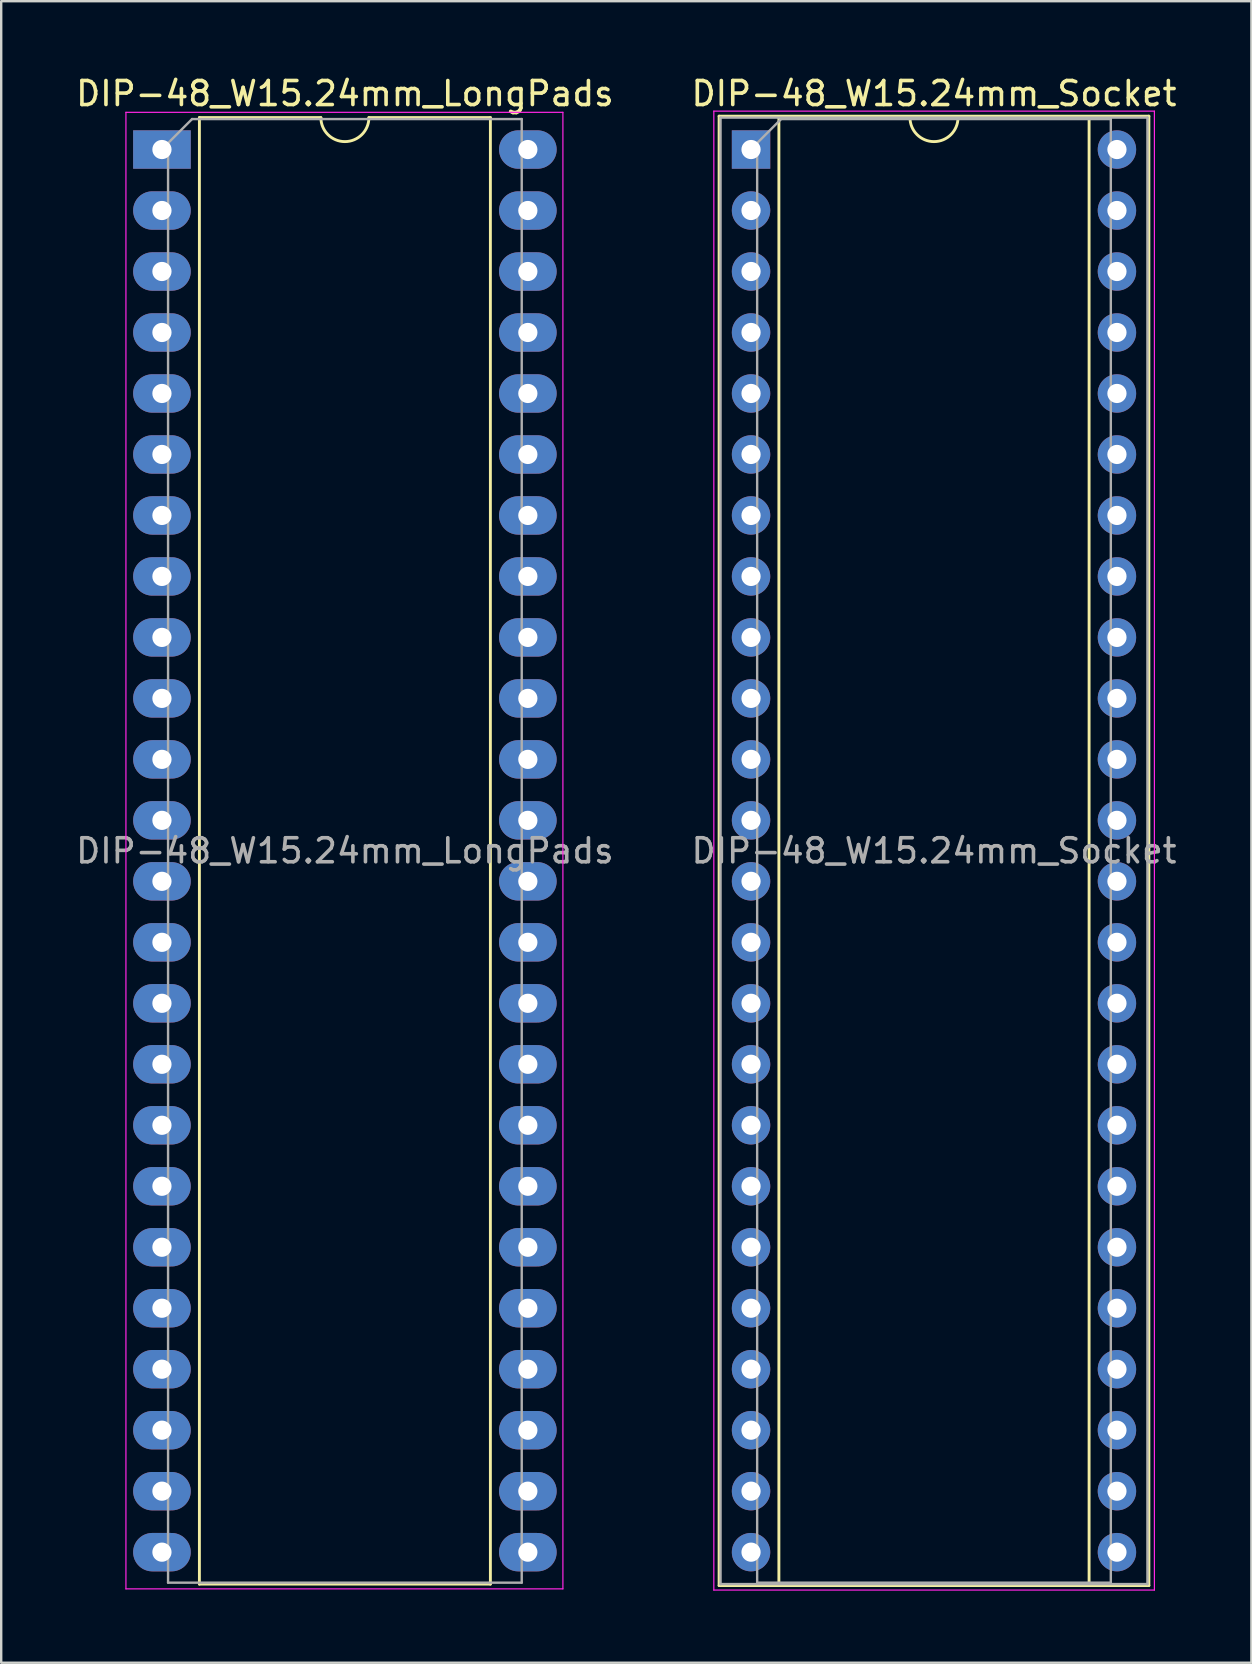
<source format=kicad_pcb>
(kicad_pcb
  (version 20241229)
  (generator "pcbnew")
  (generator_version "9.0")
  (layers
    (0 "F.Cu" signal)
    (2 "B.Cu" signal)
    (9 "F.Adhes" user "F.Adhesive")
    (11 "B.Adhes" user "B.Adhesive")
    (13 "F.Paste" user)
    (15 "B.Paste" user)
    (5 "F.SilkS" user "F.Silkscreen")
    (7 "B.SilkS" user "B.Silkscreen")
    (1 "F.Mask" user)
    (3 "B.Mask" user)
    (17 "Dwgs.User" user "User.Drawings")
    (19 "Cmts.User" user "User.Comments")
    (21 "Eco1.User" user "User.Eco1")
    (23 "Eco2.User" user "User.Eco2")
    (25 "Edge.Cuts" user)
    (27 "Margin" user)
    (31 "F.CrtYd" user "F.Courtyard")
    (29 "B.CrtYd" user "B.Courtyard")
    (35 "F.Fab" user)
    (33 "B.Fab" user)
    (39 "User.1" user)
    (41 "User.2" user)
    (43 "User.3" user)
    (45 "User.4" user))
  (footprint "DIP-48_W15.24mm_LongPads"
    (layer "F.Cu")
    (at 3.695 3.178)
    (property "Reference" "DIP-48_W15.24mm_LongPads" (at 7.62 -2.33 0) (layer "F.SilkS") (effects (font (size 1 1) (thickness 0.15))))
    (attr through_hole)
    (fp_line (start 1.56 -1.33) (end 1.56 59.75) (stroke (width 0.12) (type solid)) (layer "F.SilkS"))
    (fp_line (start 1.56 59.75) (end 13.68 59.75) (stroke (width 0.12) (type solid)) (layer "F.SilkS"))
    (fp_line (start 6.62 -1.33) (end 1.56 -1.33) (stroke (width 0.12) (type solid)) (layer "F.SilkS"))
    (fp_line (start 13.68 -1.33) (end 8.62 -1.33) (stroke (width 0.12) (type solid)) (layer "F.SilkS"))
    (fp_line (start 13.68 59.75) (end 13.68 -1.33) (stroke (width 0.12) (type solid)) (layer "F.SilkS"))
    (fp_arc (start 8.62 -1.33) (mid 7.62 -0.33) (end 6.62 -1.33) (stroke (width 0.12) (type solid)) (layer "F.SilkS"))
    (fp_line (start -1.5 -1.55) (end -1.5 59.95) (stroke (width 0.05) (type solid)) (layer "F.CrtYd"))
    (fp_line (start -1.5 59.95) (end 16.7 59.95) (stroke (width 0.05) (type solid)) (layer "F.CrtYd"))
    (fp_line (start 16.7 -1.55) (end -1.5 -1.55) (stroke (width 0.05) (type solid)) (layer "F.CrtYd"))
    (fp_line (start 16.7 59.95) (end 16.7 -1.55) (stroke (width 0.05) (type solid)) (layer "F.CrtYd"))
    (fp_line (start 0.255 -0.27) (end 1.255 -1.27) (stroke (width 0.1) (type solid)) (layer "F.Fab"))
    (fp_line (start 0.255 59.69) (end 0.255 -0.27) (stroke (width 0.1) (type solid)) (layer "F.Fab"))
    (fp_line (start 1.255 -1.27) (end 14.985 -1.27) (stroke (width 0.1) (type solid)) (layer "F.Fab"))
    (fp_line (start 14.985 -1.27) (end 14.985 59.69) (stroke (width 0.1) (type solid)) (layer "F.Fab"))
    (fp_line (start 14.985 59.69) (end 0.255 59.69) (stroke (width 0.1) (type solid)) (layer "F.Fab"))
    (fp_text user "${REFERENCE}" (at 7.62 29.21 0) (layer "F.Fab") (effects (font (size 1 1) (thickness 0.15))))
    (pad "1" thru_hole rect (at 0 0) (size 2.4 1.6) (drill 0.8) (layers "*.Cu" "*.Mask"))
    (pad "2" thru_hole oval (at 0 2.54) (size 2.4 1.6) (drill 0.8) (layers "*.Cu" "*.Mask"))
    (pad "3" thru_hole oval (at 0 5.08) (size 2.4 1.6) (drill 0.8) (layers "*.Cu" "*.Mask"))
    (pad "4" thru_hole oval (at 0 7.62) (size 2.4 1.6) (drill 0.8) (layers "*.Cu" "*.Mask"))
    (pad "5" thru_hole oval (at 0 10.16) (size 2.4 1.6) (drill 0.8) (layers "*.Cu" "*.Mask"))
    (pad "6" thru_hole oval (at 0 12.7) (size 2.4 1.6) (drill 0.8) (layers "*.Cu" "*.Mask"))
    (pad "7" thru_hole oval (at 0 15.24) (size 2.4 1.6) (drill 0.8) (layers "*.Cu" "*.Mask"))
    (pad "8" thru_hole oval (at 0 17.78) (size 2.4 1.6) (drill 0.8) (layers "*.Cu" "*.Mask"))
    (pad "9" thru_hole oval (at 0 20.32) (size 2.4 1.6) (drill 0.8) (layers "*.Cu" "*.Mask"))
    (pad "10" thru_hole oval (at 0 22.86) (size 2.4 1.6) (drill 0.8) (layers "*.Cu" "*.Mask"))
    (pad "11" thru_hole oval (at 0 25.4) (size 2.4 1.6) (drill 0.8) (layers "*.Cu" "*.Mask"))
    (pad "12" thru_hole oval (at 0 27.94) (size 2.4 1.6) (drill 0.8) (layers "*.Cu" "*.Mask"))
    (pad "13" thru_hole oval (at 0 30.48) (size 2.4 1.6) (drill 0.8) (layers "*.Cu" "*.Mask"))
    (pad "14" thru_hole oval (at 0 33.02) (size 2.4 1.6) (drill 0.8) (layers "*.Cu" "*.Mask"))
    (pad "15" thru_hole oval (at 0 35.56) (size 2.4 1.6) (drill 0.8) (layers "*.Cu" "*.Mask"))
    (pad "16" thru_hole oval (at 0 38.1) (size 2.4 1.6) (drill 0.8) (layers "*.Cu" "*.Mask"))
    (pad "17" thru_hole oval (at 0 40.64) (size 2.4 1.6) (drill 0.8) (layers "*.Cu" "*.Mask"))
    (pad "18" thru_hole oval (at 0 43.18) (size 2.4 1.6) (drill 0.8) (layers "*.Cu" "*.Mask"))
    (pad "19" thru_hole oval (at 0 45.72) (size 2.4 1.6) (drill 0.8) (layers "*.Cu" "*.Mask"))
    (pad "20" thru_hole oval (at 0 48.26) (size 2.4 1.6) (drill 0.8) (layers "*.Cu" "*.Mask"))
    (pad "21" thru_hole oval (at 0 50.8) (size 2.4 1.6) (drill 0.8) (layers "*.Cu" "*.Mask"))
    (pad "22" thru_hole oval (at 0 53.34) (size 2.4 1.6) (drill 0.8) (layers "*.Cu" "*.Mask"))
    (pad "23" thru_hole oval (at 0 55.88) (size 2.4 1.6) (drill 0.8) (layers "*.Cu" "*.Mask"))
    (pad "24" thru_hole oval (at 0 58.42) (size 2.4 1.6) (drill 0.8) (layers "*.Cu" "*.Mask"))
    (pad "25" thru_hole oval (at 15.24 58.42) (size 2.4 1.6) (drill 0.8) (layers "*.Cu" "*.Mask"))
    (pad "26" thru_hole oval (at 15.24 55.88) (size 2.4 1.6) (drill 0.8) (layers "*.Cu" "*.Mask"))
    (pad "27" thru_hole oval (at 15.24 53.34) (size 2.4 1.6) (drill 0.8) (layers "*.Cu" "*.Mask"))
    (pad "28" thru_hole oval (at 15.24 50.8) (size 2.4 1.6) (drill 0.8) (layers "*.Cu" "*.Mask"))
    (pad "29" thru_hole oval (at 15.24 48.26) (size 2.4 1.6) (drill 0.8) (layers "*.Cu" "*.Mask"))
    (pad "30" thru_hole oval (at 15.24 45.72) (size 2.4 1.6) (drill 0.8) (layers "*.Cu" "*.Mask"))
    (pad "31" thru_hole oval (at 15.24 43.18) (size 2.4 1.6) (drill 0.8) (layers "*.Cu" "*.Mask"))
    (pad "32" thru_hole oval (at 15.24 40.64) (size 2.4 1.6) (drill 0.8) (layers "*.Cu" "*.Mask"))
    (pad "33" thru_hole oval (at 15.24 38.1) (size 2.4 1.6) (drill 0.8) (layers "*.Cu" "*.Mask"))
    (pad "34" thru_hole oval (at 15.24 35.56) (size 2.4 1.6) (drill 0.8) (layers "*.Cu" "*.Mask"))
    (pad "35" thru_hole oval (at 15.24 33.02) (size 2.4 1.6) (drill 0.8) (layers "*.Cu" "*.Mask"))
    (pad "36" thru_hole oval (at 15.24 30.48) (size 2.4 1.6) (drill 0.8) (layers "*.Cu" "*.Mask"))
    (pad "37" thru_hole oval (at 15.24 27.94) (size 2.4 1.6) (drill 0.8) (layers "*.Cu" "*.Mask"))
    (pad "38" thru_hole oval (at 15.24 25.4) (size 2.4 1.6) (drill 0.8) (layers "*.Cu" "*.Mask"))
    (pad "39" thru_hole oval (at 15.24 22.86) (size 2.4 1.6) (drill 0.8) (layers "*.Cu" "*.Mask"))
    (pad "40" thru_hole oval (at 15.24 20.32) (size 2.4 1.6) (drill 0.8) (layers "*.Cu" "*.Mask"))
    (pad "41" thru_hole oval (at 15.24 17.78) (size 2.4 1.6) (drill 0.8) (layers "*.Cu" "*.Mask"))
    (pad "42" thru_hole oval (at 15.24 15.24) (size 2.4 1.6) (drill 0.8) (layers "*.Cu" "*.Mask"))
    (pad "43" thru_hole oval (at 15.24 12.7) (size 2.4 1.6) (drill 0.8) (layers "*.Cu" "*.Mask"))
    (pad "44" thru_hole oval (at 15.24 10.16) (size 2.4 1.6) (drill 0.8) (layers "*.Cu" "*.Mask"))
    (pad "45" thru_hole oval (at 15.24 7.62) (size 2.4 1.6) (drill 0.8) (layers "*.Cu" "*.Mask"))
    (pad "46" thru_hole oval (at 15.24 5.08) (size 2.4 1.6) (drill 0.8) (layers "*.Cu" "*.Mask"))
    (pad "47" thru_hole oval (at 15.24 2.54) (size 2.4 1.6) (drill 0.8) (layers "*.Cu" "*.Mask"))
    (pad "48" thru_hole oval (at 15.24 0) (size 2.4 1.6) (drill 0.8) (layers "*.Cu" "*.Mask")))
  (footprint "DIP-48_W15.24mm_Socket"
    (layer "F.Cu")
    (at 28.231 3.178)
    (property "Reference" "DIP-48_W15.24mm_Socket" (at 7.62 -2.33 0) (layer "F.SilkS") (effects (font (size 1 1) (thickness 0.15))))
    (attr through_hole)
    (fp_line (start -1.33 -1.39) (end -1.33 59.81) (stroke (width 0.12) (type solid)) (layer "F.SilkS"))
    (fp_line (start -1.33 59.81) (end 16.57 59.81) (stroke (width 0.12) (type solid)) (layer "F.SilkS"))
    (fp_line (start 1.16 -1.33) (end 1.16 59.75) (stroke (width 0.12) (type solid)) (layer "F.SilkS"))
    (fp_line (start 1.16 59.75) (end 14.08 59.75) (stroke (width 0.12) (type solid)) (layer "F.SilkS"))
    (fp_line (start 6.62 -1.33) (end 1.16 -1.33) (stroke (width 0.12) (type solid)) (layer "F.SilkS"))
    (fp_line (start 14.08 -1.33) (end 8.62 -1.33) (stroke (width 0.12) (type solid)) (layer "F.SilkS"))
    (fp_line (start 14.08 59.75) (end 14.08 -1.33) (stroke (width 0.12) (type solid)) (layer "F.SilkS"))
    (fp_line (start 16.57 -1.39) (end -1.33 -1.39) (stroke (width 0.12) (type solid)) (layer "F.SilkS"))
    (fp_line (start 16.57 59.81) (end 16.57 -1.39) (stroke (width 0.12) (type solid)) (layer "F.SilkS"))
    (fp_arc (start 8.62 -1.33) (mid 7.62 -0.33) (end 6.62 -1.33) (stroke (width 0.12) (type solid)) (layer "F.SilkS"))
    (fp_line (start -1.55 -1.6) (end -1.55 60) (stroke (width 0.05) (type solid)) (layer "F.CrtYd"))
    (fp_line (start -1.55 60) (end 16.8 60) (stroke (width 0.05) (type solid)) (layer "F.CrtYd"))
    (fp_line (start 16.8 -1.6) (end -1.55 -1.6) (stroke (width 0.05) (type solid)) (layer "F.CrtYd"))
    (fp_line (start 16.8 60) (end 16.8 -1.6) (stroke (width 0.05) (type solid)) (layer "F.CrtYd"))
    (fp_line (start -1.27 -1.33) (end -1.27 59.75) (stroke (width 0.1) (type solid)) (layer "F.Fab"))
    (fp_line (start -1.27 59.75) (end 16.51 59.75) (stroke (width 0.1) (type solid)) (layer "F.Fab"))
    (fp_line (start 0.255 -0.27) (end 1.255 -1.27) (stroke (width 0.1) (type solid)) (layer "F.Fab"))
    (fp_line (start 0.255 59.69) (end 0.255 -0.27) (stroke (width 0.1) (type solid)) (layer "F.Fab"))
    (fp_line (start 1.255 -1.27) (end 14.985 -1.27) (stroke (width 0.1) (type solid)) (layer "F.Fab"))
    (fp_line (start 14.985 -1.27) (end 14.985 59.69) (stroke (width 0.1) (type solid)) (layer "F.Fab"))
    (fp_line (start 14.985 59.69) (end 0.255 59.69) (stroke (width 0.1) (type solid)) (layer "F.Fab"))
    (fp_line (start 16.51 -1.33) (end -1.27 -1.33) (stroke (width 0.1) (type solid)) (layer "F.Fab"))
    (fp_line (start 16.51 59.75) (end 16.51 -1.33) (stroke (width 0.1) (type solid)) (layer "F.Fab"))
    (fp_text user "${REFERENCE}" (at 7.62 29.21 0) (layer "F.Fab") (effects (font (size 1 1) (thickness 0.15))))
    (pad "1" thru_hole rect (at 0 0) (size 1.6 1.6) (drill 0.8) (layers "*.Cu" "*.Mask"))
    (pad "2" thru_hole oval (at 0 2.54) (size 1.6 1.6) (drill 0.8) (layers "*.Cu" "*.Mask"))
    (pad "3" thru_hole oval (at 0 5.08) (size 1.6 1.6) (drill 0.8) (layers "*.Cu" "*.Mask"))
    (pad "4" thru_hole oval (at 0 7.62) (size 1.6 1.6) (drill 0.8) (layers "*.Cu" "*.Mask"))
    (pad "5" thru_hole oval (at 0 10.16) (size 1.6 1.6) (drill 0.8) (layers "*.Cu" "*.Mask"))
    (pad "6" thru_hole oval (at 0 12.7) (size 1.6 1.6) (drill 0.8) (layers "*.Cu" "*.Mask"))
    (pad "7" thru_hole oval (at 0 15.24) (size 1.6 1.6) (drill 0.8) (layers "*.Cu" "*.Mask"))
    (pad "8" thru_hole oval (at 0 17.78) (size 1.6 1.6) (drill 0.8) (layers "*.Cu" "*.Mask"))
    (pad "9" thru_hole oval (at 0 20.32) (size 1.6 1.6) (drill 0.8) (layers "*.Cu" "*.Mask"))
    (pad "10" thru_hole oval (at 0 22.86) (size 1.6 1.6) (drill 0.8) (layers "*.Cu" "*.Mask"))
    (pad "11" thru_hole oval (at 0 25.4) (size 1.6 1.6) (drill 0.8) (layers "*.Cu" "*.Mask"))
    (pad "12" thru_hole oval (at 0 27.94) (size 1.6 1.6) (drill 0.8) (layers "*.Cu" "*.Mask"))
    (pad "13" thru_hole oval (at 0 30.48) (size 1.6 1.6) (drill 0.8) (layers "*.Cu" "*.Mask"))
    (pad "14" thru_hole oval (at 0 33.02) (size 1.6 1.6) (drill 0.8) (layers "*.Cu" "*.Mask"))
    (pad "15" thru_hole oval (at 0 35.56) (size 1.6 1.6) (drill 0.8) (layers "*.Cu" "*.Mask"))
    (pad "16" thru_hole oval (at 0 38.1) (size 1.6 1.6) (drill 0.8) (layers "*.Cu" "*.Mask"))
    (pad "17" thru_hole oval (at 0 40.64) (size 1.6 1.6) (drill 0.8) (layers "*.Cu" "*.Mask"))
    (pad "18" thru_hole oval (at 0 43.18) (size 1.6 1.6) (drill 0.8) (layers "*.Cu" "*.Mask"))
    (pad "19" thru_hole oval (at 0 45.72) (size 1.6 1.6) (drill 0.8) (layers "*.Cu" "*.Mask"))
    (pad "20" thru_hole oval (at 0 48.26) (size 1.6 1.6) (drill 0.8) (layers "*.Cu" "*.Mask"))
    (pad "21" thru_hole oval (at 0 50.8) (size 1.6 1.6) (drill 0.8) (layers "*.Cu" "*.Mask"))
    (pad "22" thru_hole oval (at 0 53.34) (size 1.6 1.6) (drill 0.8) (layers "*.Cu" "*.Mask"))
    (pad "23" thru_hole oval (at 0 55.88) (size 1.6 1.6) (drill 0.8) (layers "*.Cu" "*.Mask"))
    (pad "24" thru_hole oval (at 0 58.42) (size 1.6 1.6) (drill 0.8) (layers "*.Cu" "*.Mask"))
    (pad "25" thru_hole oval (at 15.24 58.42) (size 1.6 1.6) (drill 0.8) (layers "*.Cu" "*.Mask"))
    (pad "26" thru_hole oval (at 15.24 55.88) (size 1.6 1.6) (drill 0.8) (layers "*.Cu" "*.Mask"))
    (pad "27" thru_hole oval (at 15.24 53.34) (size 1.6 1.6) (drill 0.8) (layers "*.Cu" "*.Mask"))
    (pad "28" thru_hole oval (at 15.24 50.8) (size 1.6 1.6) (drill 0.8) (layers "*.Cu" "*.Mask"))
    (pad "29" thru_hole oval (at 15.24 48.26) (size 1.6 1.6) (drill 0.8) (layers "*.Cu" "*.Mask"))
    (pad "30" thru_hole oval (at 15.24 45.72) (size 1.6 1.6) (drill 0.8) (layers "*.Cu" "*.Mask"))
    (pad "31" thru_hole oval (at 15.24 43.18) (size 1.6 1.6) (drill 0.8) (layers "*.Cu" "*.Mask"))
    (pad "32" thru_hole oval (at 15.24 40.64) (size 1.6 1.6) (drill 0.8) (layers "*.Cu" "*.Mask"))
    (pad "33" thru_hole oval (at 15.24 38.1) (size 1.6 1.6) (drill 0.8) (layers "*.Cu" "*.Mask"))
    (pad "34" thru_hole oval (at 15.24 35.56) (size 1.6 1.6) (drill 0.8) (layers "*.Cu" "*.Mask"))
    (pad "35" thru_hole oval (at 15.24 33.02) (size 1.6 1.6) (drill 0.8) (layers "*.Cu" "*.Mask"))
    (pad "36" thru_hole oval (at 15.24 30.48) (size 1.6 1.6) (drill 0.8) (layers "*.Cu" "*.Mask"))
    (pad "37" thru_hole oval (at 15.24 27.94) (size 1.6 1.6) (drill 0.8) (layers "*.Cu" "*.Mask"))
    (pad "38" thru_hole oval (at 15.24 25.4) (size 1.6 1.6) (drill 0.8) (layers "*.Cu" "*.Mask"))
    (pad "39" thru_hole oval (at 15.24 22.86) (size 1.6 1.6) (drill 0.8) (layers "*.Cu" "*.Mask"))
    (pad "40" thru_hole oval (at 15.24 20.32) (size 1.6 1.6) (drill 0.8) (layers "*.Cu" "*.Mask"))
    (pad "41" thru_hole oval (at 15.24 17.78) (size 1.6 1.6) (drill 0.8) (layers "*.Cu" "*.Mask"))
    (pad "42" thru_hole oval (at 15.24 15.24) (size 1.6 1.6) (drill 0.8) (layers "*.Cu" "*.Mask"))
    (pad "43" thru_hole oval (at 15.24 12.7) (size 1.6 1.6) (drill 0.8) (layers "*.Cu" "*.Mask"))
    (pad "44" thru_hole oval (at 15.24 10.16) (size 1.6 1.6) (drill 0.8) (layers "*.Cu" "*.Mask"))
    (pad "45" thru_hole oval (at 15.24 7.62) (size 1.6 1.6) (drill 0.8) (layers "*.Cu" "*.Mask"))
    (pad "46" thru_hole oval (at 15.24 5.08) (size 1.6 1.6) (drill 0.8) (layers "*.Cu" "*.Mask"))
    (pad "47" thru_hole oval (at 15.24 2.54) (size 1.6 1.6) (drill 0.8) (layers "*.Cu" "*.Mask"))
    (pad "48" thru_hole oval (at 15.24 0) (size 1.6 1.6) (drill 0.8) (layers "*.Cu" "*.Mask")))
  (gr_rect
    (start -3 -3)
    (end 49.071 66.203)
    (stroke (width 0.1) (type default))
    (fill no)
    (layer "Edge.Cuts")))
</source>
